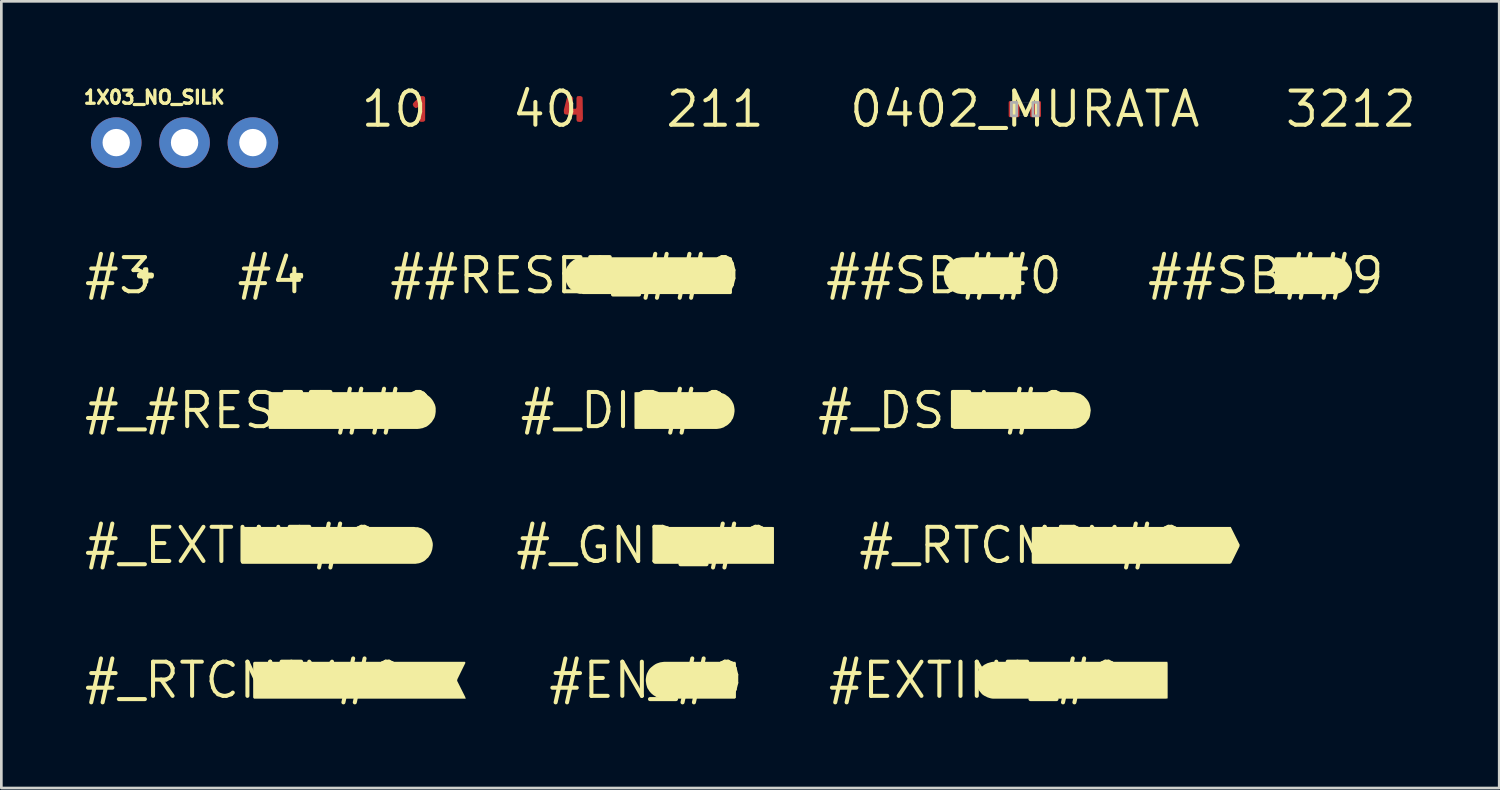
<source format=kicad_pcb>
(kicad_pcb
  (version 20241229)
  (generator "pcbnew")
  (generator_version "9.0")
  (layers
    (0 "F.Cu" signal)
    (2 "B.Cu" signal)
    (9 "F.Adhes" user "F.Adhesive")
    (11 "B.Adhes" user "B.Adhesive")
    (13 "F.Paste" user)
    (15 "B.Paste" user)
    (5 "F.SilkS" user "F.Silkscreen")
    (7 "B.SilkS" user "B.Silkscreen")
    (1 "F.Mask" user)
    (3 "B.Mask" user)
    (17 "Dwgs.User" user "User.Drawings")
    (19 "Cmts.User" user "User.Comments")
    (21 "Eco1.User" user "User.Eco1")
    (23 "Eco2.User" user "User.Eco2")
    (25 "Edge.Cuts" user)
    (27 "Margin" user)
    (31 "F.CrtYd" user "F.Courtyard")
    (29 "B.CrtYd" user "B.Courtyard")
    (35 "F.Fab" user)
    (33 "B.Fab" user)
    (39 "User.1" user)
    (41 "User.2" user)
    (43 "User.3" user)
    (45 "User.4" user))
  (footprint "#_EXTINT#0"
    (layer "F.Cu")
    (at 5.571 17.221)
    (property "Reference" "#_EXTINT#0" (at 0 0 0) (layer "F.SilkS") (effects (font (size 1.27 1.27) (thickness 0.15))))
    (fp_poly (pts (xy 6.77 -0.685) (xy 6.84 -0.675) (xy 6.911 -0.675) (xy 6.971 -0.655) (xy 7.042 -0.635) (xy 7.103 -0.604) (xy 7.163 -0.564) (xy 7.213 -0.524) (xy 7.263 -0.484) (xy 7.314 -0.433) (xy 7.354 -0.373) (xy 7.415 -0.252) (xy 7.435 -0.191) (xy 7.455 -0.121) (xy 7.465 -0.06) (xy 7.465 0.01) (xy 7.455 0.081) (xy 7.445 0.151) (xy 7.425 0.212) (xy 7.405 0.272) (xy 7.374 0.333) (xy 7.334 0.393) (xy 7.294 0.453) (xy 7.243 0.494) (xy 7.193 0.544) (xy 7.143 0.584) (xy 7.082 0.615) (xy 7.012 0.645) (xy 6.951 0.665) (xy 6.881 0.675) (xy 6.82 0.685) (xy 0.378 0.685) (xy 0.335 0.652) (xy 0.335 -0.631) (xy 0.357 -0.685)) (stroke (width 0) (type default)) (fill yes) (layer "F.SilkS")))
  (footprint "##SB##9"
    (layer "F.Cu")
    (at 43.997 7.196)
    (property "Reference" "##SB##9" (at 0 0 0) (layer "F.SilkS") (effects (font (size 1.27 1.27) (thickness 0.15))))
    (fp_poly (pts (xy 2.104 -0.104) (xy 2.125 -0.03) (xy 2.103 0.015) (xy 2.022 0.025) (xy 1.974 0.053) (xy 1.955 0.12) (xy 1.974 0.176) (xy 2.031 0.195) (xy 2.102 0.205) (xy 2.145 0.248) (xy 2.155 0.301) (xy 2.124 0.364) (xy 2.061 0.385) (xy 1.855 0.385) (xy 1.855 -0.103) (xy 1.899 -0.125) (xy 2.041 -0.125)) (stroke (width 0) (type default)) (fill yes) (layer "F.SilkS"))
    (fp_poly (pts (xy 2.57 -0.685) (xy 2.641 -0.675) (xy 2.711 -0.655) (xy 2.772 -0.635) (xy 2.893 -0.574) (xy 2.953 -0.534) (xy 3.004 -0.494) (xy 3.044 -0.443) (xy 3.084 -0.383) (xy 3.124 -0.333) (xy 3.155 -0.272) (xy 3.175 -0.201) (xy 3.195 -0.141) (xy 3.205 -0.07) (xy 3.205 0.07) (xy 3.195 0.131) (xy 3.175 0.201) (xy 3.155 0.262) (xy 3.094 0.383) (xy 3.054 0.433) (xy 3.004 0.484) (xy 2.953 0.534) (xy 2.893 0.574) (xy 2.842 0.604) (xy 2.772 0.635) (xy 2.711 0.655) (xy 2.641 0.675) (xy 2.58 0.685) (xy 0.335 0.685) (xy 0.335 -0.674) (xy 0.4 -0.685)) (stroke (width 0) (type default)) (fill yes) (layer "F.SilkS")))
  (footprint "#_RTCMRX#0"
    (layer "F.Cu")
    (at 34.963 17.221)
    (property "Reference" "#_RTCMRX#0" (at 0 0 0) (layer "F.SilkS") (effects (font (size 1.27 1.27) (thickness 0.15))))
    (fp_poly (pts (xy 7.733 -0.685) (xy 8.065 -0.021) (xy 8.055 0.042) (xy 7.754 0.654) (xy 7.701 0.685) (xy 0.378 0.685) (xy 0.335 0.652) (xy 0.335 -0.642) (xy 0.367 -0.685)) (stroke (width 0) (type default)) (fill yes) (layer "F.SilkS"))
    (fp_poly (pts (xy 1.502 -0.255) (xy 1.564 -0.213) (xy 1.585 -0.15) (xy 1.564 -0.077) (xy 1.512 -0.035) (xy 1.45 -0.025) (xy 1.307 -0.025) (xy 1.295 -0.049) (xy 1.295 -0.265) (xy 1.44 -0.265)) (stroke (width 0) (type default)) (fill yes) (layer "F.SilkS"))
    (fp_poly (pts (xy 5.854 -0.224) (xy 5.885 -0.171) (xy 5.885 -0.088) (xy 5.843 -0.046) (xy 5.771 -0.025) (xy 5.639 -0.025) (xy 5.605 -0.036) (xy 5.605 -0.243) (xy 5.659 -0.265) (xy 5.792 -0.265)) (stroke (width 0) (type default)) (fill yes) (layer "F.SilkS")))
  (footprint "10"
    (layer "F.Cu")
    (at 11.597 1.006)
    (property "Reference" "10" (at 0 0 0) (layer "F.SilkS") (effects (font (size 1.27 1.27) (thickness 0.15))))
    (fp_poly (pts (xy 1.145 -0.453) (xy 1.155 -0.39) (xy 1.155 0.422) (xy 1.112 0.465) (xy 1.03 0.475) (xy 0.957 0.465) (xy 0.925 0.412) (xy 0.915 0.35) (xy 0.915 -0.059) (xy 0.907 -0.083) (xy 0.841 -0.045) (xy 0.788 -0.045) (xy 0.726 -0.097) (xy 0.695 -0.159) (xy 0.705 -0.212) (xy 0.756 -0.273) (xy 0.907 -0.414) (xy 0.957 -0.454) (xy 1.019 -0.485) (xy 1.091 -0.485)) (stroke (width 0) (type default)) (fill yes) (layer "F.Cu")))
  (footprint "3212"
    (layer "F.Cu")
    (at 47.157 1.006)
    (property "Reference" "3212" (at 0 0 0) (layer "F.SilkS") (effects (font (size 1.27 1.27) (thickness 0.15))))
    (fp_poly (pts (xy 1.334 -0.413) (xy 1.374 -0.363) (xy 1.405 -0.302) (xy 1.415 -0.23) (xy 1.415 -0.159) (xy 1.394 -0.097) (xy 1.345 -0.058) (xy 1.345 -0.022) (xy 1.394 0.027) (xy 1.425 0.088) (xy 1.445 0.15) (xy 1.435 0.221) (xy 1.415 0.282) (xy 1.384 0.343) (xy 1.333 0.394) (xy 1.272 0.424) (xy 1.222 0.455) (xy 1.151 0.475) (xy 1.01 0.475) (xy 0.938 0.465) (xy 0.817 0.404) (xy 0.776 0.353) (xy 0.735 0.292) (xy 0.715 0.231) (xy 0.705 0.159) (xy 0.737 0.116) (xy 0.81 0.095) (xy 0.892 0.105) (xy 0.934 0.137) (xy 0.964 0.206) (xy 1.022 0.235) (xy 1.09 0.245) (xy 1.157 0.226) (xy 1.195 0.188) (xy 1.195 0.132) (xy 1.138 0.085) (xy 1.069 0.075) (xy 1.007 0.065) (xy 0.975 0.022) (xy 0.965 -0.071) (xy 0.986 -0.134) (xy 1.039 -0.155) (xy 1.119 -0.165) (xy 1.175 -0.184) (xy 1.175 -0.238) (xy 1.128 -0.275) (xy 1.051 -0.275) (xy 0.993 -0.246) (xy 0.954 -0.197) (xy 0.912 -0.155) (xy 0.848 -0.165) (xy 0.776 -0.206) (xy 0.745 -0.259) (xy 0.755 -0.312) (xy 0.796 -0.383) (xy 0.837 -0.434) (xy 0.898 -0.475) (xy 0.959 -0.495) (xy 1.029 -0.515) (xy 1.232 -0.515)) (stroke (width 0) (type default)) (fill yes) (layer "In2.Cu")))
  (footprint "#EXTINT_#0"
    (layer "F.Cu")
    (at 33.225 22.234)
    (property "Reference" "#EXTINT_#0" (at 0 0 0) (layer "F.SilkS") (effects (font (size 1.27 1.27) (thickness 0.15))))
    (fp_poly (pts (xy 7.114 -0.685) (xy 7.125 -0.62) (xy 7.125 0.674) (xy 7.06 0.685) (xy 0.63 0.685) (xy 0.559 0.675) (xy 0.489 0.655) (xy 0.428 0.635) (xy 0.307 0.574) (xy 0.247 0.534) (xy 0.196 0.483) (xy 0.156 0.433) (xy 0.116 0.383) (xy 0.076 0.323) (xy 0.045 0.262) (xy 0.025 0.201) (xy 0.005 0.131) (xy -0.005 0.06) (xy -0.005 -0.07) (xy 0.005 -0.141) (xy 0.025 -0.201) (xy 0.045 -0.272) (xy 0.076 -0.333) (xy 0.116 -0.383) (xy 0.156 -0.443) (xy 0.207 -0.494) (xy 0.257 -0.534) (xy 0.307 -0.574) (xy 0.428 -0.635) (xy 0.499 -0.655) (xy 0.569 -0.675) (xy 0.63 -0.685)) (stroke (width 0) (type default)) (fill yes) (layer "F.SilkS")))
  (footprint "#3"
    (layer "F.Cu")
    (at 1.338 7.196)
    (property "Reference" "#3" (at 0 0 0) (layer "F.SilkS") (effects (font (size 1.27 1.27) (thickness 0.15))))
    (fp_poly (pts (xy 1.104 -0.305) (xy 1.125 -0.251) (xy 1.125 -0.115) (xy 1.261 -0.115) (xy 1.325 -0.083) (xy 1.335 -0.01) (xy 1.325 0.052) (xy 1.282 0.105) (xy 1.143 0.105) (xy 1.125 0.151) (xy 1.125 0.22) (xy 1.114 0.284) (xy 1.051 0.305) (xy 0.968 0.305) (xy 0.925 0.273) (xy 0.915 0.2) (xy 0.915 0.133) (xy 0.878 0.105) (xy 0.82 0.105) (xy 0.747 0.095) (xy 0.705 0.042) (xy 0.705 -0.031) (xy 0.726 -0.094) (xy 0.789 -0.115) (xy 0.87 -0.115) (xy 0.915 -0.124) (xy 0.915 -0.19) (xy 0.925 -0.262) (xy 0.957 -0.305) (xy 1.03 -0.315)) (stroke (width 0) (type default)) (fill yes) (layer "F.SilkS")))
  (footprint "#_GND_#0"
    (layer "F.Cu")
    (at 20.912 17.221)
    (property "Reference" "#_GND_#0" (at 0 0 0) (layer "F.SilkS") (effects (font (size 1.27 1.27) (thickness 0.15))))
    (fp_poly (pts (xy 4.74 -0.685) (xy 4.805 -0.674) (xy 4.805 0.685) (xy 0.4 0.685) (xy 0.335 0.674) (xy 0.335 -0.685)) (stroke (width 0) (type default)) (fill yes) (layer "F.SilkS"))
    (fp_poly (pts (xy 3.623 -0.224) (xy 3.674 -0.184) (xy 3.714 -0.133) (xy 3.745 -0.072) (xy 3.755 0) (xy 3.745 0.072) (xy 3.714 0.133) (xy 3.664 0.183) (xy 3.623 0.234) (xy 3.591 0.245) (xy 3.386 0.245) (xy 3.375 0.18) (xy 3.375 -0.223) (xy 3.418 -0.255) (xy 3.561 -0.255)) (stroke (width 0) (type default)) (fill yes) (layer "F.SilkS")))
  (footprint "#_#RESET##0"
    (layer "F.Cu")
    (at 6.599 12.209)
    (property "Reference" "#_#RESET##0" (at 0 0 0) (layer "F.SilkS") (effects (font (size 1.27 1.27) (thickness 0.15))))
    (fp_poly (pts (xy 1.512 -0.115) (xy 1.564 -0.073) (xy 1.585 -0.01) (xy 1.564 0.063) (xy 1.512 0.105) (xy 1.44 0.115) (xy 1.306 0.115) (xy 1.295 0.081) (xy 1.295 -0.06) (xy 1.306 -0.125) (xy 1.44 -0.125)) (stroke (width 0) (type default)) (fill yes) (layer "F.SilkS"))
    (fp_poly (pts (xy 5.9 -0.685) (xy 5.961 -0.675) (xy 6.031 -0.665) (xy 6.092 -0.645) (xy 6.162 -0.615) (xy 6.223 -0.584) (xy 6.273 -0.544) (xy 6.323 -0.504) (xy 6.374 -0.453) (xy 6.414 -0.403) (xy 6.454 -0.343) (xy 6.515 -0.222) (xy 6.535 -0.151) (xy 6.545 -0.09) (xy 6.545 0.05) (xy 6.535 0.121) (xy 6.525 0.181) (xy 6.505 0.252) (xy 6.474 0.313) (xy 6.434 0.373) (xy 6.404 0.423) (xy 6.354 0.474) (xy 6.303 0.524) (xy 6.253 0.564) (xy 6.192 0.605) (xy 6.132 0.625) (xy 6.061 0.655) (xy 6.001 0.665) (xy 5.931 0.675) (xy 5.86 0.685) (xy 0.368 0.685) (xy 0.335 0.652) (xy 0.335 -0.642) (xy 0.367 -0.685)) (stroke (width 0) (type default)) (fill yes) (layer "F.SilkS")))
  (footprint "#_DIS#0"
    (layer "F.Cu")
    (at 20.197 12.209)
    (property "Reference" "#_DIS#0" (at 0 0 0) (layer "F.SilkS") (effects (font (size 1.27 1.27) (thickness 0.15))))
    (fp_poly (pts (xy 1.522 -0.235) (xy 1.583 -0.194) (xy 1.624 -0.143) (xy 1.655 -0.082) (xy 1.675 -0.02) (xy 1.665 0.051) (xy 1.645 0.112) (xy 1.604 0.173) (xy 1.552 0.214) (xy 1.461 0.245) (xy 1.327 0.245) (xy 1.295 0.202) (xy 1.295 -0.201) (xy 1.317 -0.255) (xy 1.461 -0.255)) (stroke (width 0) (type default)) (fill yes) (layer "F.SilkS"))
    (fp_poly (pts (xy 3.38 -0.685) (xy 3.451 -0.675) (xy 3.521 -0.665) (xy 3.581 -0.645) (xy 3.652 -0.625) (xy 3.713 -0.594) (xy 3.763 -0.554) (xy 3.823 -0.514) (xy 3.874 -0.463) (xy 3.914 -0.413) (xy 3.954 -0.363) (xy 4.015 -0.242) (xy 4.035 -0.171) (xy 4.045 -0.111) (xy 4.055 -0.04) (xy 4.055 0.03) (xy 4.045 0.101) (xy 4.035 0.161) (xy 4.015 0.231) (xy 3.995 0.292) (xy 3.954 0.353) (xy 3.924 0.413) (xy 3.874 0.464) (xy 3.823 0.514) (xy 3.773 0.554) (xy 3.713 0.584) (xy 3.652 0.625) (xy 3.592 0.645) (xy 3.531 0.665) (xy 3.461 0.675) (xy 3.39 0.685) (xy 0.346 0.685) (xy 0.335 0.62) (xy 0.335 -0.674) (xy 0.4 -0.685)) (stroke (width 0) (type default)) (fill yes) (layer "F.SilkS")))
  (footprint "1X03_NO_SILK"
    (layer "F.Cu")
    (at 1.27 2.25)
    (property "Reference" "1X03_NO_SILK" (at -1.27 -1.397 0) (unlocked yes) (layer "F.SilkS") (effects (font (size 0.488 0.488) (thickness 0.122)) (justify left bottom)))
    (fp_poly (pts (xy -0.254 0.254) (xy 0.254 0.254) (xy 0.254 -0.254) (xy -0.254 -0.254)) (stroke (width 0.1) (type default)) (fill no) (layer "F.Fab"))
    (fp_poly (pts (xy 2.286 0.254) (xy 2.794 0.254) (xy 2.794 -0.254) (xy 2.286 -0.254)) (stroke (width 0.1) (type default)) (fill no) (layer "F.Fab"))
    (fp_poly (pts (xy 4.826 0.254) (xy 5.334 0.254) (xy 5.334 -0.254) (xy 4.826 -0.254)) (stroke (width 0.1) (type default)) (fill no) (layer "F.Fab"))
    (pad "1" thru_hole circle (at 0 0 90) (size 1.88 1.88) (drill 1.016) (layers "*.Cu" "*.Mask"))
    (pad "2" thru_hole circle (at 2.54 0 90) (size 1.88 1.88) (drill 1.016) (layers "*.Cu" "*.Mask"))
    (pad "3" thru_hole circle (at 5.08 0 90) (size 1.88 1.88) (drill 1.016) (layers "*.Cu" "*.Mask")))
  (footprint "#EN_#0"
    (layer "F.Cu")
    (at 20.958 22.234)
    (property "Reference" "#EN_#0" (at 0 0 0) (layer "F.SilkS") (effects (font (size 1.27 1.27) (thickness 0.15))))
    (fp_poly (pts (xy 3.323 -0.685) (xy 3.345 -0.631) (xy 3.345 0.652) (xy 3.302 0.685) (xy 0.66 0.685) (xy 0.589 0.675) (xy 0.519 0.665) (xy 0.459 0.645) (xy 0.388 0.625) (xy 0.327 0.584) (xy 0.277 0.554) (xy 0.217 0.504) (xy 0.176 0.463) (xy 0.126 0.403) (xy 0.096 0.353) (xy 0.055 0.292) (xy 0.035 0.231) (xy 0.015 0.161) (xy 0.005 0.091) (xy -0.005 0.03) (xy -0.005 -0.04) (xy 0.005 -0.111) (xy 0.015 -0.171) (xy 0.035 -0.242) (xy 0.096 -0.363) (xy 0.136 -0.423) (xy 0.187 -0.474) (xy 0.237 -0.514) (xy 0.287 -0.554) (xy 0.347 -0.594) (xy 0.408 -0.625) (xy 0.468 -0.645) (xy 0.529 -0.665) (xy 0.599 -0.675) (xy 0.67 -0.685)) (stroke (width 0) (type default)) (fill yes) (layer "F.SilkS")))
  (footprint "40"
    (layer "F.Cu")
    (at 17.212 1.006)
    (property "Reference" "40" (at 0 0 0) (layer "F.SilkS") (effects (font (size 1.27 1.27) (thickness 0.15))))
    (fp_poly (pts (xy 1.003 -0.464) (xy 1.045 -0.411) (xy 1.035 -0.349) (xy 0.966 -0.024) (xy 1.01 -0.015) (xy 1.146 -0.015) (xy 1.165 -0.071) (xy 1.165 -0.411) (xy 1.186 -0.474) (xy 1.25 -0.485) (xy 1.321 -0.485) (xy 1.385 -0.453) (xy 1.395 -0.38) (xy 1.405 0.361) (xy 1.384 0.433) (xy 1.342 0.475) (xy 1.27 0.475) (xy 1.197 0.465) (xy 1.165 0.411) (xy 1.165 0.205) (xy 0.83 0.205) (xy 0.748 0.195) (xy 0.705 0.163) (xy 0.695 0.09) (xy 0.695 0.029) (xy 0.795 -0.371) (xy 0.816 -0.432) (xy 0.858 -0.485) (xy 0.931 -0.485)) (stroke (width 0) (type default)) (fill yes) (layer "F.Cu")))
  (footprint "#4"
    (layer "F.Cu")
    (at 7.013 7.196)
    (property "Reference" "#4" (at 0 0 0) (layer "F.SilkS") (effects (font (size 1.27 1.27) (thickness 0.15))))
    (fp_poly (pts (xy 1.184 -0.095) (xy 1.205 -0.031) (xy 1.205 0.041) (xy 1.184 0.105) (xy 0.769 0.105) (xy 0.715 0.073) (xy 0.705 0) (xy 0.715 -0.073) (xy 0.769 -0.105) (xy 1.11 -0.105)) (stroke (width 0) (type default)) (fill yes) (layer "F.SilkS")))
  (footprint "211"
    (layer "F.Cu")
    (at 23.53 1.006)
    (property "Reference" "211" (at 0 0 0) (layer "F.SilkS") (effects (font (size 1.27 1.27) (thickness 0.15))))
    (fp_poly (pts (xy 1.172 -0.485) (xy 1.233 -0.454) (xy 1.293 -0.414) (xy 1.334 -0.363) (xy 1.374 -0.312) (xy 1.395 -0.251) (xy 1.415 -0.181) (xy 1.415 -0.11) (xy 1.405 -0.049) (xy 1.374 0.022) (xy 1.344 0.073) (xy 1.293 0.124) (xy 1.233 0.174) (xy 1.172 0.204) (xy 1.128 0.231) (xy 1.132 0.235) (xy 1.33 0.235) (xy 1.403 0.245) (xy 1.445 0.298) (xy 1.455 0.37) (xy 1.445 0.433) (xy 1.392 0.475) (xy 0.778 0.475) (xy 0.726 0.423) (xy 0.705 0.36) (xy 0.715 0.298) (xy 0.746 0.237) (xy 0.797 0.186) (xy 0.847 0.146) (xy 1.017 0.036) (xy 1.077 -0.004) (xy 1.126 -0.043) (xy 1.165 -0.102) (xy 1.175 -0.159) (xy 1.146 -0.217) (xy 1.098 -0.255) (xy 1.032 -0.255) (xy 0.974 -0.217) (xy 0.955 -0.159) (xy 0.945 -0.098) (xy 0.913 -0.046) (xy 0.851 -0.025) (xy 0.758 -0.025) (xy 0.715 -0.068) (xy 0.705 -0.13) (xy 0.715 -0.201) (xy 0.725 -0.262) (xy 0.756 -0.323) (xy 0.796 -0.383) (xy 0.847 -0.434) (xy 0.898 -0.465) (xy 0.959 -0.485) (xy 1.03 -0.495) (xy 1.11 -0.495)) (stroke (width 0) (type default)) (fill yes) (layer "In1.Cu")))
  (footprint "#_RTCMTX#0"
    (layer "F.Cu")
    (at 6.025 22.234)
    (property "Reference" "#_RTCMTX#0" (at 0 0 0) (layer "F.SilkS") (effects (font (size 1.27 1.27) (thickness 0.15))))
    (fp_poly (pts (xy 1.512 -0.255) (xy 1.564 -0.203) (xy 1.585 -0.14) (xy 1.564 -0.067) (xy 1.502 -0.025) (xy 1.295 -0.025) (xy 1.295 -0.2) (xy 1.306 -0.265) (xy 1.45 -0.265)) (stroke (width 0) (type default)) (fill yes) (layer "F.SilkS"))
    (fp_poly (pts (xy 8.203 -0.685) (xy 8.226 -0.65) (xy 7.925 -0.038) (xy 7.915 0.019) (xy 8.215 0.618) (xy 8.237 0.685) (xy 0.367 0.685) (xy 0.335 0.642) (xy 0.335 -0.652) (xy 0.378 -0.685)) (stroke (width 0) (type default)) (fill yes) (layer "F.SilkS")))
  (footprint "#_DSEL#0"
    (layer "F.Cu")
    (at 32.037 12.209)
    (property "Reference" "#_DSEL#0" (at 0 0 0) (layer "F.SilkS") (effects (font (size 1.27 1.27) (thickness 0.15))))
    (fp_poly (pts (xy 1.522 -0.235) (xy 1.573 -0.204) (xy 1.624 -0.153) (xy 1.655 -0.092) (xy 1.675 -0.03) (xy 1.665 0.041) (xy 1.645 0.112) (xy 1.604 0.163) (xy 1.553 0.214) (xy 1.471 0.245) (xy 1.328 0.245) (xy 1.295 0.212) (xy 1.295 -0.2) (xy 1.306 -0.255) (xy 1.451 -0.255)) (stroke (width 0) (type default)) (fill yes) (layer "F.SilkS"))
    (fp_poly (pts (xy 4.81 -0.685) (xy 4.871 -0.675) (xy 4.941 -0.655) (xy 5.011 -0.635) (xy 5.072 -0.615) (xy 5.133 -0.574) (xy 5.183 -0.544) (xy 5.234 -0.494) (xy 5.284 -0.443) (xy 5.324 -0.393) (xy 5.364 -0.333) (xy 5.395 -0.272) (xy 5.415 -0.211) (xy 5.435 -0.141) (xy 5.445 -0.081) (xy 5.455 -0.01) (xy 5.445 0.061) (xy 5.435 0.131) (xy 5.425 0.191) (xy 5.405 0.262) (xy 5.374 0.323) (xy 5.334 0.373) (xy 5.294 0.433) (xy 5.254 0.484) (xy 5.203 0.524) (xy 5.143 0.564) (xy 5.083 0.604) (xy 5.022 0.635) (xy 4.961 0.655) (xy 4.891 0.675) (xy 4.83 0.675) (xy 4.76 0.685) (xy 0.357 0.685) (xy 0.335 0.631) (xy 0.335 -0.663) (xy 0.389 -0.685)) (stroke (width 0) (type default)) (fill yes) (layer "F.SilkS")))
  (footprint "0402_MURATA"
    (layer "F.Cu")
    (at 35.041 1.006)
    (property "Reference" "0402_MURATA" (at 0 0 0) (layer "F.SilkS") (effects (font (size 1.27 1.27) (thickness 0.15))))
    (fp_poly (pts (xy -0.6 0.3) (xy -0.2 0.3) (xy -0.2 -0.3) (xy -0.6 -0.3)) (stroke (width 0) (type default)) (fill yes) (layer "F.Mask"))
    (fp_poly (pts (xy 0.2 0.3) (xy 0.6 0.3) (xy 0.6 -0.3) (xy 0.2 -0.3)) (stroke (width 0) (type default)) (fill yes) (layer "F.Mask"))
    (fp_line (start -0.5 -0.25) (end 0.5 -0.25) (stroke (width 0.003) (type solid)) (layer "F.Fab"))
    (fp_line (start -0.5 0.25) (end -0.5 -0.25) (stroke (width 0.003) (type solid)) (layer "F.Fab"))
    (fp_line (start 0.5 -0.25) (end 0.5 0.25) (stroke (width 0.003) (type solid)) (layer "F.Fab"))
    (fp_line (start 0.5 0.25) (end -0.5 0.25) (stroke (width 0.003) (type solid)) (layer "F.Fab"))
    (fp_poly (pts (xy -0.5 0.25) (xy -0.3 0.25) (xy -0.3 -0.25) (xy -0.5 -0.25)) (stroke (width 0.1) (type default)) (fill no) (layer "F.Fab"))
    (fp_poly (pts (xy 0.5 -0.25) (xy 0.3 -0.25) (xy 0.3 0.25) (xy 0.5 0.25)) (stroke (width 0.1) (type default)) (fill no) (layer "F.Fab"))
    (pad "1" smd roundrect (at -0.4 0) (size 0.4 0.6) (layers "F.Cu" "F.Paste") (roundrect_rratio 0.127))
    (pad "2" smd roundrect (at 0.4 0) (size 0.4 0.6) (layers "F.Cu" "F.Paste") (roundrect_rratio 0.127)))
  (footprint "##RESET_##0"
    (layer "F.Cu")
    (at 17.95 7.196)
    (property "Reference" "##RESET_##0" (at 0 0 0) (layer "F.SilkS") (effects (font (size 1.27 1.27) (thickness 0.15))))
    (fp_poly (pts (xy 1.172 -0.115) (xy 1.224 -0.073) (xy 1.245 -0.01) (xy 1.224 0.063) (xy 1.172 0.105) (xy 1.1 0.115) (xy 0.966 0.115) (xy 0.955 0.081) (xy 0.955 -0.06) (xy 0.966 -0.125) (xy 1.1 -0.125)) (stroke (width 0) (type default)) (fill yes) (layer "F.SilkS"))
    (fp_poly (pts (xy 6.172 -0.685) (xy 6.205 -0.652) (xy 6.205 0.642) (xy 6.173 0.685) (xy 0.682 0.685) (xy 0.682 0.685) (xy 0.68 0.685) (xy 0.679 0.685) (xy 0.679 0.685) (xy 0.62 0.675) (xy 0.549 0.675) (xy 0.479 0.655) (xy 0.418 0.635) (xy 0.357 0.604) (xy 0.297 0.564) (xy 0.247 0.524) (xy 0.197 0.484) (xy 0.146 0.433) (xy 0.106 0.373) (xy 0.045 0.252) (xy 0.025 0.191) (xy 0.005 0.121) (xy -0.005 0.06) (xy -0.005 -0.081) (xy 0.015 -0.151) (xy 0.025 -0.211) (xy 0.055 -0.282) (xy 0.086 -0.343) (xy 0.126 -0.393) (xy 0.166 -0.453) (xy 0.207 -0.494) (xy 0.267 -0.544) (xy 0.317 -0.584) (xy 0.438 -0.645) (xy 0.509 -0.665) (xy 0.569 -0.675) (xy 0.64 -0.685)) (stroke (width 0) (type default)) (fill yes) (layer "F.SilkS")))
  (footprint "##SB##0"
    (layer "F.Cu")
    (at 32.032 7.196)
    (property "Reference" "##SB##0" (at 0 0 0) (layer "F.SilkS") (effects (font (size 1.27 1.27) (thickness 0.15))))
    (fp_poly (pts (xy 2.104 -0.104) (xy 2.125 -0.03) (xy 2.103 0.015) (xy 2.022 0.025) (xy 1.974 0.053) (xy 1.955 0.12) (xy 1.974 0.176) (xy 2.031 0.195) (xy 2.102 0.205) (xy 2.145 0.248) (xy 2.155 0.301) (xy 2.124 0.364) (xy 2.061 0.385) (xy 1.855 0.385) (xy 1.855 -0.103) (xy 1.899 -0.125) (xy 2.041 -0.125)) (stroke (width 0) (type default)) (fill yes) (layer "F.SilkS"))
    (fp_poly (pts (xy 2.843 -0.685) (xy 2.875 -0.631) (xy 2.875 0.653) (xy 2.821 0.685) (xy 0.653 0.685) (xy 0.652 0.685) (xy 0.589 0.675) (xy 0.519 0.665) (xy 0.458 0.645) (xy 0.388 0.615) (xy 0.328 0.584) (xy 0.277 0.554) (xy 0.217 0.504) (xy 0.176 0.463) (xy 0.126 0.403) (xy 0.096 0.353) (xy 0.055 0.292) (xy 0.035 0.221) (xy 0.015 0.161) (xy 0.005 0.091) (xy -0.005 0.03) (xy -0.005 -0.04) (xy 0.005 -0.111) (xy 0.015 -0.181) (xy 0.035 -0.242) (xy 0.096 -0.363) (xy 0.136 -0.423) (xy 0.187 -0.474) (xy 0.237 -0.514) (xy 0.287 -0.564) (xy 0.468 -0.655) (xy 0.539 -0.665) (xy 0.599 -0.675) (xy 0.67 -0.685)) (stroke (width 0) (type default)) (fill yes) (layer "F.SilkS")))
  (gr_rect
    (start -3 -3)
    (end 52.674 26.24)
    (stroke (width 0.1) (type default))
    (fill no)
    (layer "Edge.Cuts")))
</source>
